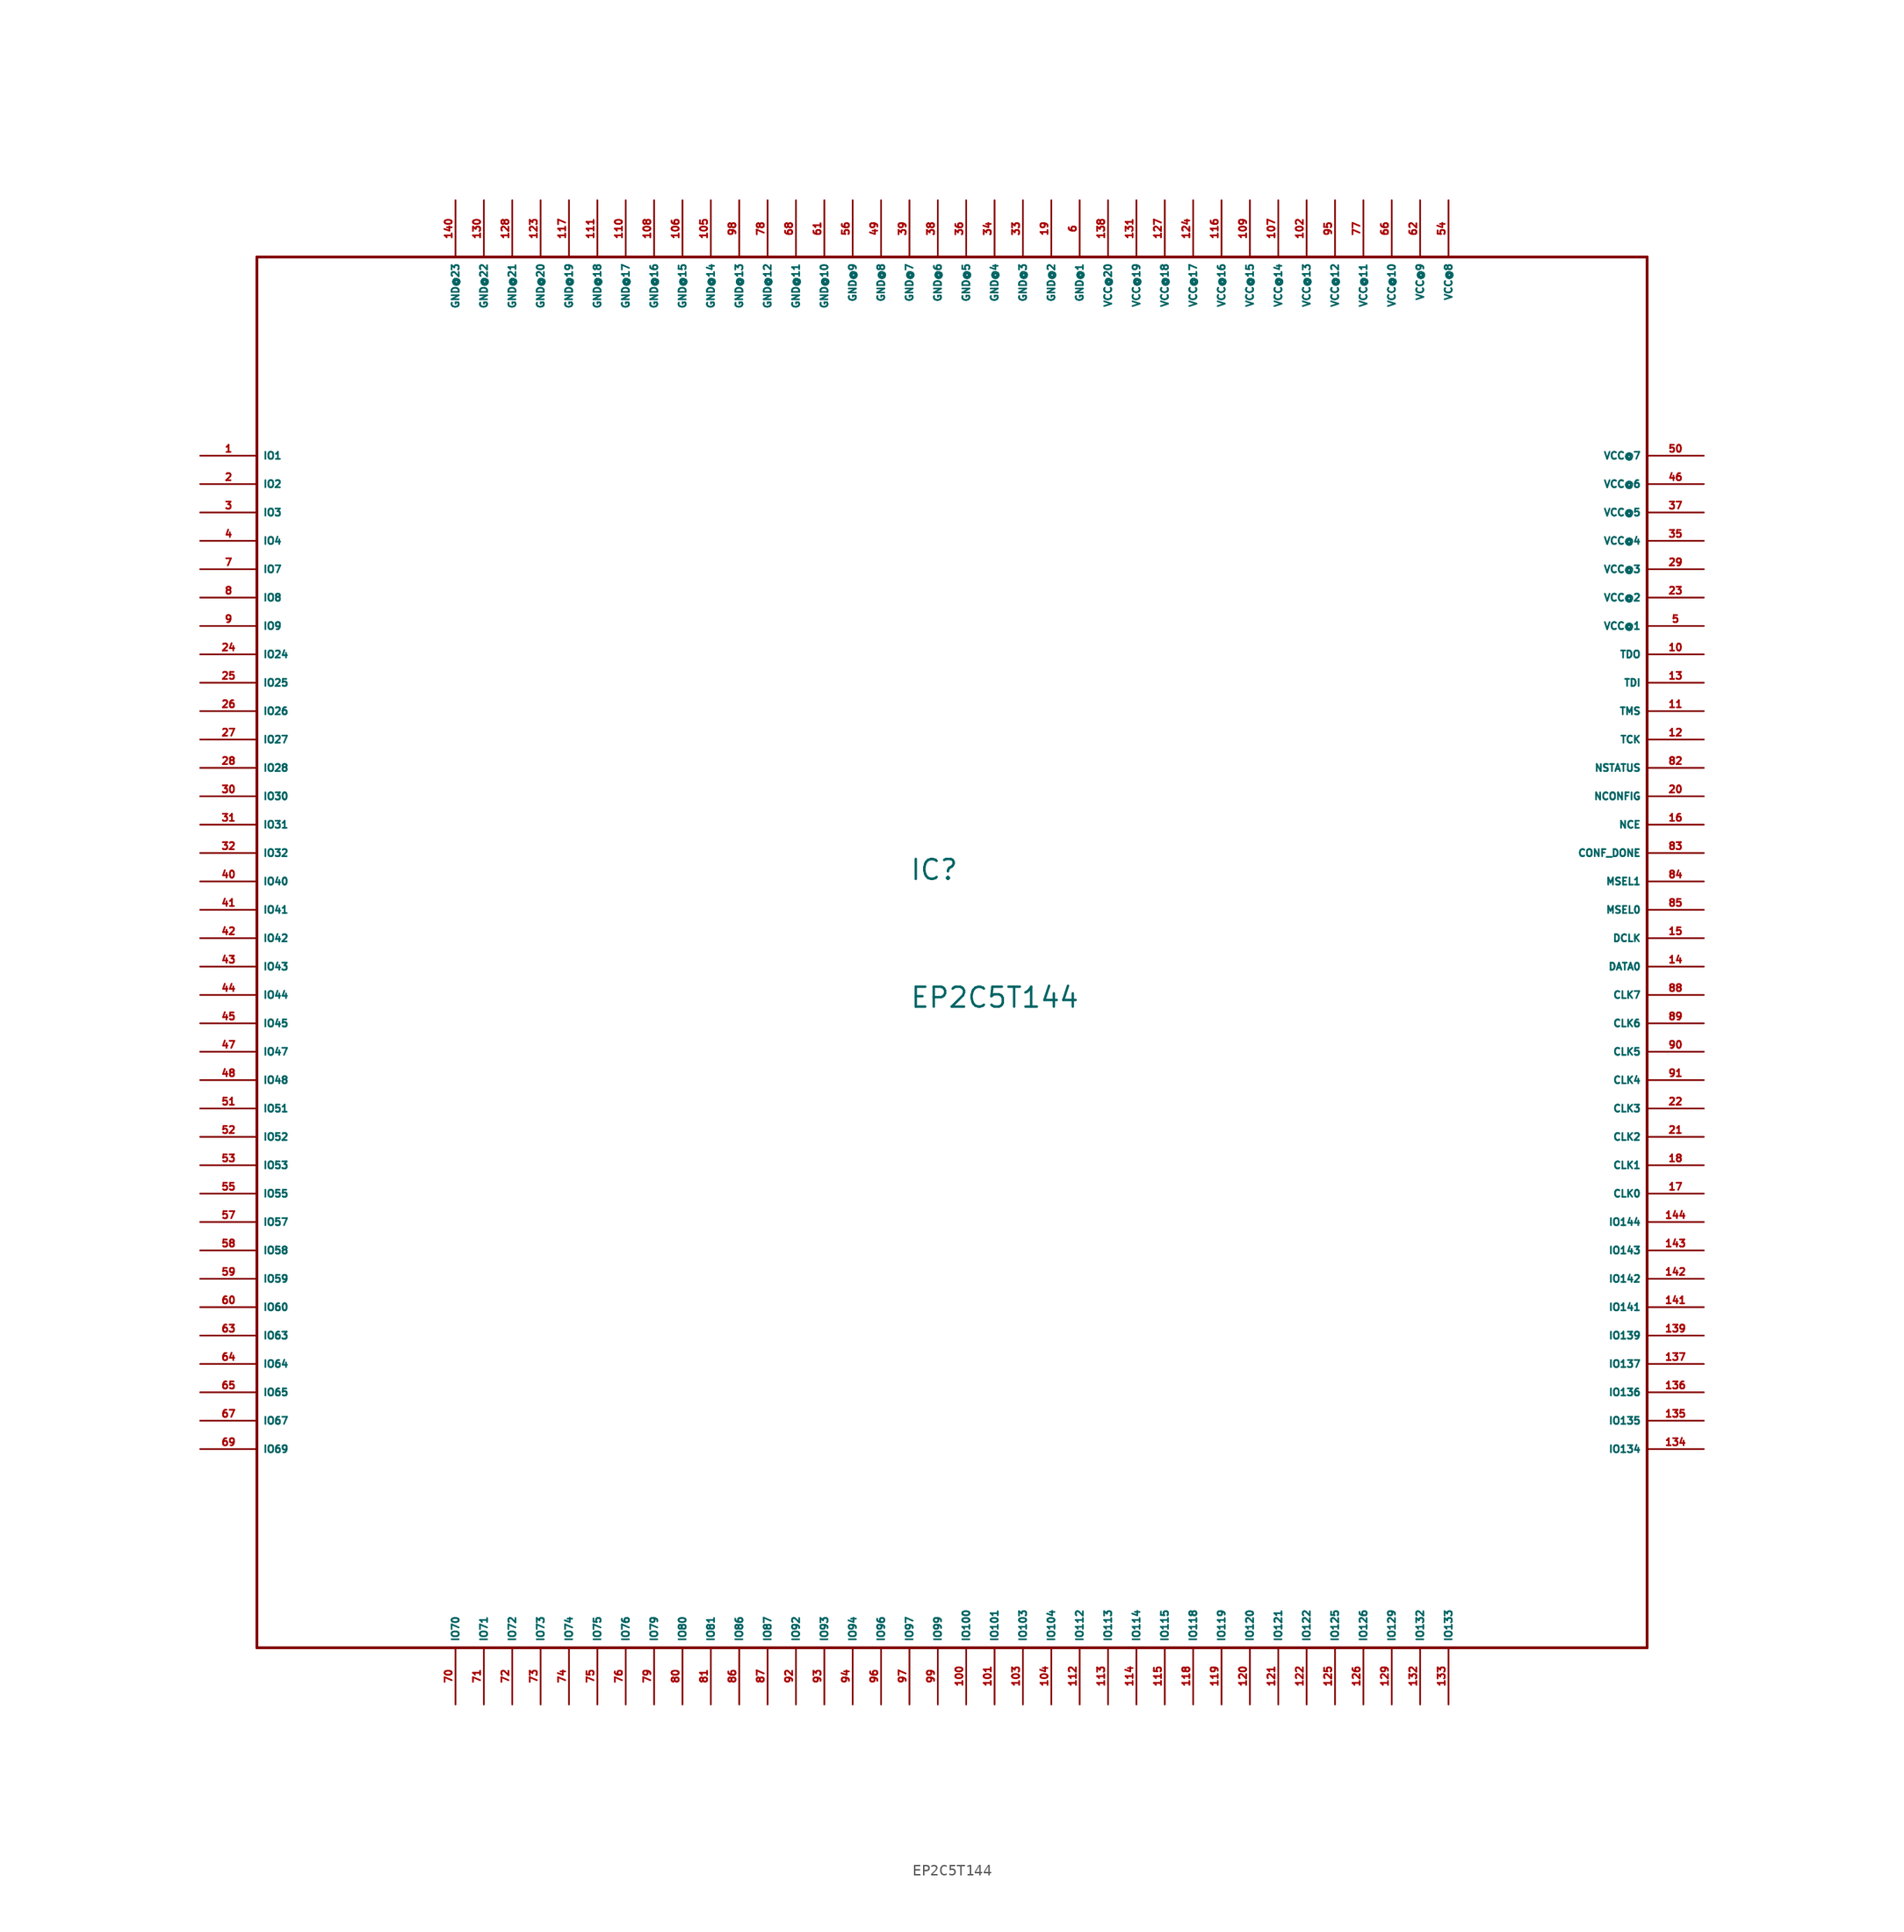
<source format=kicad_sym>
(kicad_symbol_lib
  (version 20220914)
  (generator Eagle2Kicad)
  (symbol "EP2C5T144"
    (property "Reference" "IC"
      (at -5.08 5.08 0)
      (effects (font (size 1.778 1.778) (thickness 0.22)) (justify left bottom)))
    (property "Value" "EP2C5T144"
      (at -5.08 -6.35 0)
      (effects (font (size 1.778 1.778) (thickness 0.22)) (justify left bottom)))
    (polyline
      (pts (xy -63.5 -63.5) (xy 60.96 -63.5))
      (stroke (width 0.254) (type default))
      (fill (type none)))
    (polyline
      (pts (xy 60.96 -63.5) (xy 60.96 60.96))
      (stroke (width 0.254) (type default))
      (fill (type none)))
    (polyline
      (pts (xy 60.96 60.96) (xy -63.5 60.96))
      (stroke (width 0.254) (type default))
      (fill (type none)))
    (polyline
      (pts (xy -63.5 60.96) (xy -63.5 -63.5))
      (stroke (width 0.254) (type default))
      (fill (type none)))
    (pin output line
      (at -68.58 43.18 0)
      (length 5.08)
      (name "IO1" (effects (font (size 0.635 0.635) (thickness 0.08)) (justify left bottom)))
      (number "1" (effects (font (size 0.635 0.635) (thickness 0.08)) (justify left bottom))))
    (pin output line
      (at -68.58 40.64 0)
      (length 5.08)
      (name "IO2" (effects (font (size 0.635 0.635) (thickness 0.08)) (justify left bottom)))
      (number "2" (effects (font (size 0.635 0.635) (thickness 0.08)) (justify left bottom))))
    (pin bidirectional line
      (at -68.58 38.1 0)
      (length 5.08)
      (name "IO3" (effects (font (size 0.635 0.635) (thickness 0.08)) (justify left bottom)))
      (number "3" (effects (font (size 0.635 0.635) (thickness 0.08)) (justify left bottom))))
    (pin bidirectional line
      (at -68.58 35.56 0)
      (length 5.08)
      (name "IO4" (effects (font (size 0.635 0.635) (thickness 0.08)) (justify left bottom)))
      (number "4" (effects (font (size 0.635 0.635) (thickness 0.08)) (justify left bottom))))
    (pin bidirectional line
      (at -68.58 33.02 0)
      (length 5.08)
      (name "IO7" (effects (font (size 0.635 0.635) (thickness 0.08)) (justify left bottom)))
      (number "7" (effects (font (size 0.635 0.635) (thickness 0.08)) (justify left bottom))))
    (pin bidirectional line
      (at -68.58 30.48 0)
      (length 5.08)
      (name "IO8" (effects (font (size 0.635 0.635) (thickness 0.08)) (justify left bottom)))
      (number "8" (effects (font (size 0.635 0.635) (thickness 0.08)) (justify left bottom))))
    (pin bidirectional line
      (at -68.58 27.94 0)
      (length 5.08)
      (name "IO9" (effects (font (size 0.635 0.635) (thickness 0.08)) (justify left bottom)))
      (number "9" (effects (font (size 0.635 0.635) (thickness 0.08)) (justify left bottom))))
    (pin bidirectional line
      (at -68.58 25.4 0)
      (length 5.08)
      (name "IO24" (effects (font (size 0.635 0.635) (thickness 0.08)) (justify left bottom)))
      (number "24" (effects (font (size 0.635 0.635) (thickness 0.08)) (justify left bottom))))
    (pin bidirectional line
      (at -68.58 22.86 0)
      (length 5.08)
      (name "IO25" (effects (font (size 0.635 0.635) (thickness 0.08)) (justify left bottom)))
      (number "25" (effects (font (size 0.635 0.635) (thickness 0.08)) (justify left bottom))))
    (pin bidirectional line
      (at -68.58 20.32 0)
      (length 5.08)
      (name "IO26" (effects (font (size 0.635 0.635) (thickness 0.08)) (justify left bottom)))
      (number "26" (effects (font (size 0.635 0.635) (thickness 0.08)) (justify left bottom))))
    (pin bidirectional line
      (at -68.58 17.78 0)
      (length 5.08)
      (name "IO27" (effects (font (size 0.635 0.635) (thickness 0.08)) (justify left bottom)))
      (number "27" (effects (font (size 0.635 0.635) (thickness 0.08)) (justify left bottom))))
    (pin bidirectional line
      (at -68.58 15.24 0)
      (length 5.08)
      (name "IO28" (effects (font (size 0.635 0.635) (thickness 0.08)) (justify left bottom)))
      (number "28" (effects (font (size 0.635 0.635) (thickness 0.08)) (justify left bottom))))
    (pin bidirectional line
      (at -68.58 12.7 0)
      (length 5.08)
      (name "IO30" (effects (font (size 0.635 0.635) (thickness 0.08)) (justify left bottom)))
      (number "30" (effects (font (size 0.635 0.635) (thickness 0.08)) (justify left bottom))))
    (pin bidirectional line
      (at -68.58 10.16 0)
      (length 5.08)
      (name "IO31" (effects (font (size 0.635 0.635) (thickness 0.08)) (justify left bottom)))
      (number "31" (effects (font (size 0.635 0.635) (thickness 0.08)) (justify left bottom))))
    (pin bidirectional line
      (at -68.58 7.62 0)
      (length 5.08)
      (name "IO32" (effects (font (size 0.635 0.635) (thickness 0.08)) (justify left bottom)))
      (number "32" (effects (font (size 0.635 0.635) (thickness 0.08)) (justify left bottom))))
    (pin bidirectional line
      (at -68.58 5.08 0)
      (length 5.08)
      (name "IO40" (effects (font (size 0.635 0.635) (thickness 0.08)) (justify left bottom)))
      (number "40" (effects (font (size 0.635 0.635) (thickness 0.08)) (justify left bottom))))
    (pin bidirectional line
      (at -68.58 2.54 0)
      (length 5.08)
      (name "IO41" (effects (font (size 0.635 0.635) (thickness 0.08)) (justify left bottom)))
      (number "41" (effects (font (size 0.635 0.635) (thickness 0.08)) (justify left bottom))))
    (pin bidirectional line
      (at -68.58 0 0)
      (length 5.08)
      (name "IO42" (effects (font (size 0.635 0.635) (thickness 0.08)) (justify left bottom)))
      (number "42" (effects (font (size 0.635 0.635) (thickness 0.08)) (justify left bottom))))
    (pin bidirectional line
      (at -68.58 -2.54 0)
      (length 5.08)
      (name "IO43" (effects (font (size 0.635 0.635) (thickness 0.08)) (justify left bottom)))
      (number "43" (effects (font (size 0.635 0.635) (thickness 0.08)) (justify left bottom))))
    (pin bidirectional line
      (at -68.58 -5.08 0)
      (length 5.08)
      (name "IO44" (effects (font (size 0.635 0.635) (thickness 0.08)) (justify left bottom)))
      (number "44" (effects (font (size 0.635 0.635) (thickness 0.08)) (justify left bottom))))
    (pin bidirectional line
      (at -68.58 -7.62 0)
      (length 5.08)
      (name "IO45" (effects (font (size 0.635 0.635) (thickness 0.08)) (justify left bottom)))
      (number "45" (effects (font (size 0.635 0.635) (thickness 0.08)) (justify left bottom))))
    (pin bidirectional line
      (at -68.58 -10.16 0)
      (length 5.08)
      (name "IO47" (effects (font (size 0.635 0.635) (thickness 0.08)) (justify left bottom)))
      (number "47" (effects (font (size 0.635 0.635) (thickness 0.08)) (justify left bottom))))
    (pin bidirectional line
      (at -68.58 -12.7 0)
      (length 5.08)
      (name "IO48" (effects (font (size 0.635 0.635) (thickness 0.08)) (justify left bottom)))
      (number "48" (effects (font (size 0.635 0.635) (thickness 0.08)) (justify left bottom))))
    (pin bidirectional line
      (at -68.58 -15.24 0)
      (length 5.08)
      (name "IO51" (effects (font (size 0.635 0.635) (thickness 0.08)) (justify left bottom)))
      (number "51" (effects (font (size 0.635 0.635) (thickness 0.08)) (justify left bottom))))
    (pin bidirectional line
      (at -68.58 -17.78 0)
      (length 5.08)
      (name "IO52" (effects (font (size 0.635 0.635) (thickness 0.08)) (justify left bottom)))
      (number "52" (effects (font (size 0.635 0.635) (thickness 0.08)) (justify left bottom))))
    (pin bidirectional line
      (at -68.58 -20.32 0)
      (length 5.08)
      (name "IO53" (effects (font (size 0.635 0.635) (thickness 0.08)) (justify left bottom)))
      (number "53" (effects (font (size 0.635 0.635) (thickness 0.08)) (justify left bottom))))
    (pin bidirectional line
      (at -68.58 -22.86 0)
      (length 5.08)
      (name "IO55" (effects (font (size 0.635 0.635) (thickness 0.08)) (justify left bottom)))
      (number "55" (effects (font (size 0.635 0.635) (thickness 0.08)) (justify left bottom))))
    (pin bidirectional line
      (at -68.58 -25.4 0)
      (length 5.08)
      (name "IO57" (effects (font (size 0.635 0.635) (thickness 0.08)) (justify left bottom)))
      (number "57" (effects (font (size 0.635 0.635) (thickness 0.08)) (justify left bottom))))
    (pin bidirectional line
      (at -68.58 -27.94 0)
      (length 5.08)
      (name "IO58" (effects (font (size 0.635 0.635) (thickness 0.08)) (justify left bottom)))
      (number "58" (effects (font (size 0.635 0.635) (thickness 0.08)) (justify left bottom))))
    (pin bidirectional line
      (at -68.58 -30.48 0)
      (length 5.08)
      (name "IO59" (effects (font (size 0.635 0.635) (thickness 0.08)) (justify left bottom)))
      (number "59" (effects (font (size 0.635 0.635) (thickness 0.08)) (justify left bottom))))
    (pin bidirectional line
      (at -68.58 -33.02 0)
      (length 5.08)
      (name "IO60" (effects (font (size 0.635 0.635) (thickness 0.08)) (justify left bottom)))
      (number "60" (effects (font (size 0.635 0.635) (thickness 0.08)) (justify left bottom))))
    (pin bidirectional line
      (at -68.58 -35.56 0)
      (length 5.08)
      (name "IO63" (effects (font (size 0.635 0.635) (thickness 0.08)) (justify left bottom)))
      (number "63" (effects (font (size 0.635 0.635) (thickness 0.08)) (justify left bottom))))
    (pin bidirectional line
      (at -68.58 -38.1 0)
      (length 5.08)
      (name "IO64" (effects (font (size 0.635 0.635) (thickness 0.08)) (justify left bottom)))
      (number "64" (effects (font (size 0.635 0.635) (thickness 0.08)) (justify left bottom))))
    (pin bidirectional line
      (at -68.58 -40.64 0)
      (length 5.08)
      (name "IO65" (effects (font (size 0.635 0.635) (thickness 0.08)) (justify left bottom)))
      (number "65" (effects (font (size 0.635 0.635) (thickness 0.08)) (justify left bottom))))
    (pin bidirectional line
      (at -68.58 -43.18 0)
      (length 5.08)
      (name "IO67" (effects (font (size 0.635 0.635) (thickness 0.08)) (justify left bottom)))
      (number "67" (effects (font (size 0.635 0.635) (thickness 0.08)) (justify left bottom))))
    (pin bidirectional line
      (at -68.58 -45.72 0)
      (length 5.08)
      (name "IO69" (effects (font (size 0.635 0.635) (thickness 0.08)) (justify left bottom)))
      (number "69" (effects (font (size 0.635 0.635) (thickness 0.08)) (justify left bottom))))
    (pin bidirectional line
      (at -45.72 -68.58 90)
      (length 5.08)
      (name "IO70" (effects (font (size 0.635 0.635) (thickness 0.08)) (justify left bottom)))
      (number "70" (effects (font (size 0.635 0.635) (thickness 0.08)) (justify left bottom))))
    (pin bidirectional line
      (at -43.18 -68.58 90)
      (length 5.08)
      (name "IO71" (effects (font (size 0.635 0.635) (thickness 0.08)) (justify left bottom)))
      (number "71" (effects (font (size 0.635 0.635) (thickness 0.08)) (justify left bottom))))
    (pin bidirectional line
      (at -40.64 -68.58 90)
      (length 5.08)
      (name "IO72" (effects (font (size 0.635 0.635) (thickness 0.08)) (justify left bottom)))
      (number "72" (effects (font (size 0.635 0.635) (thickness 0.08)) (justify left bottom))))
    (pin bidirectional line
      (at -38.1 -68.58 90)
      (length 5.08)
      (name "IO73" (effects (font (size 0.635 0.635) (thickness 0.08)) (justify left bottom)))
      (number "73" (effects (font (size 0.635 0.635) (thickness 0.08)) (justify left bottom))))
    (pin bidirectional line
      (at -35.56 -68.58 90)
      (length 5.08)
      (name "IO74" (effects (font (size 0.635 0.635) (thickness 0.08)) (justify left bottom)))
      (number "74" (effects (font (size 0.635 0.635) (thickness 0.08)) (justify left bottom))))
    (pin bidirectional line
      (at -33.02 -68.58 90)
      (length 5.08)
      (name "IO75" (effects (font (size 0.635 0.635) (thickness 0.08)) (justify left bottom)))
      (number "75" (effects (font (size 0.635 0.635) (thickness 0.08)) (justify left bottom))))
    (pin bidirectional line
      (at -30.48 -68.58 90)
      (length 5.08)
      (name "IO76" (effects (font (size 0.635 0.635) (thickness 0.08)) (justify left bottom)))
      (number "76" (effects (font (size 0.635 0.635) (thickness 0.08)) (justify left bottom))))
    (pin bidirectional line
      (at -27.94 -68.58 90)
      (length 5.08)
      (name "IO79" (effects (font (size 0.635 0.635) (thickness 0.08)) (justify left bottom)))
      (number "79" (effects (font (size 0.635 0.635) (thickness 0.08)) (justify left bottom))))
    (pin bidirectional line
      (at -25.4 -68.58 90)
      (length 5.08)
      (name "IO80" (effects (font (size 0.635 0.635) (thickness 0.08)) (justify left bottom)))
      (number "80" (effects (font (size 0.635 0.635) (thickness 0.08)) (justify left bottom))))
    (pin bidirectional line
      (at -22.86 -68.58 90)
      (length 5.08)
      (name "IO81" (effects (font (size 0.635 0.635) (thickness 0.08)) (justify left bottom)))
      (number "81" (effects (font (size 0.635 0.635) (thickness 0.08)) (justify left bottom))))
    (pin bidirectional line
      (at -20.32 -68.58 90)
      (length 5.08)
      (name "IO86" (effects (font (size 0.635 0.635) (thickness 0.08)) (justify left bottom)))
      (number "86" (effects (font (size 0.635 0.635) (thickness 0.08)) (justify left bottom))))
    (pin bidirectional line
      (at -17.78 -68.58 90)
      (length 5.08)
      (name "IO87" (effects (font (size 0.635 0.635) (thickness 0.08)) (justify left bottom)))
      (number "87" (effects (font (size 0.635 0.635) (thickness 0.08)) (justify left bottom))))
    (pin bidirectional line
      (at -15.24 -68.58 90)
      (length 5.08)
      (name "IO92" (effects (font (size 0.635 0.635) (thickness 0.08)) (justify left bottom)))
      (number "92" (effects (font (size 0.635 0.635) (thickness 0.08)) (justify left bottom))))
    (pin bidirectional line
      (at -12.7 -68.58 90)
      (length 5.08)
      (name "IO93" (effects (font (size 0.635 0.635) (thickness 0.08)) (justify left bottom)))
      (number "93" (effects (font (size 0.635 0.635) (thickness 0.08)) (justify left bottom))))
    (pin bidirectional line
      (at -10.16 -68.58 90)
      (length 5.08)
      (name "IO94" (effects (font (size 0.635 0.635) (thickness 0.08)) (justify left bottom)))
      (number "94" (effects (font (size 0.635 0.635) (thickness 0.08)) (justify left bottom))))
    (pin bidirectional line
      (at -7.62 -68.58 90)
      (length 5.08)
      (name "IO96" (effects (font (size 0.635 0.635) (thickness 0.08)) (justify left bottom)))
      (number "96" (effects (font (size 0.635 0.635) (thickness 0.08)) (justify left bottom))))
    (pin bidirectional line
      (at -5.08 -68.58 90)
      (length 5.08)
      (name "IO97" (effects (font (size 0.635 0.635) (thickness 0.08)) (justify left bottom)))
      (number "97" (effects (font (size 0.635 0.635) (thickness 0.08)) (justify left bottom))))
    (pin bidirectional line
      (at -2.54 -68.58 90)
      (length 5.08)
      (name "IO99" (effects (font (size 0.635 0.635) (thickness 0.08)) (justify left bottom)))
      (number "99" (effects (font (size 0.635 0.635) (thickness 0.08)) (justify left bottom))))
    (pin bidirectional line
      (at 0 -68.58 90)
      (length 5.08)
      (name "IO100" (effects (font (size 0.635 0.635) (thickness 0.08)) (justify left bottom)))
      (number "100" (effects (font (size 0.635 0.635) (thickness 0.08)) (justify left bottom))))
    (pin bidirectional line
      (at 2.54 -68.58 90)
      (length 5.08)
      (name "IO101" (effects (font (size 0.635 0.635) (thickness 0.08)) (justify left bottom)))
      (number "101" (effects (font (size 0.635 0.635) (thickness 0.08)) (justify left bottom))))
    (pin bidirectional line
      (at 5.08 -68.58 90)
      (length 5.08)
      (name "IO103" (effects (font (size 0.635 0.635) (thickness 0.08)) (justify left bottom)))
      (number "103" (effects (font (size 0.635 0.635) (thickness 0.08)) (justify left bottom))))
    (pin bidirectional line
      (at 7.62 -68.58 90)
      (length 5.08)
      (name "IO104" (effects (font (size 0.635 0.635) (thickness 0.08)) (justify left bottom)))
      (number "104" (effects (font (size 0.635 0.635) (thickness 0.08)) (justify left bottom))))
    (pin bidirectional line
      (at 10.16 -68.58 90)
      (length 5.08)
      (name "IO112" (effects (font (size 0.635 0.635) (thickness 0.08)) (justify left bottom)))
      (number "112" (effects (font (size 0.635 0.635) (thickness 0.08)) (justify left bottom))))
    (pin bidirectional line
      (at 12.7 -68.58 90)
      (length 5.08)
      (name "IO113" (effects (font (size 0.635 0.635) (thickness 0.08)) (justify left bottom)))
      (number "113" (effects (font (size 0.635 0.635) (thickness 0.08)) (justify left bottom))))
    (pin bidirectional line
      (at 15.24 -68.58 90)
      (length 5.08)
      (name "IO114" (effects (font (size 0.635 0.635) (thickness 0.08)) (justify left bottom)))
      (number "114" (effects (font (size 0.635 0.635) (thickness 0.08)) (justify left bottom))))
    (pin bidirectional line
      (at 17.78 -68.58 90)
      (length 5.08)
      (name "IO115" (effects (font (size 0.635 0.635) (thickness 0.08)) (justify left bottom)))
      (number "115" (effects (font (size 0.635 0.635) (thickness 0.08)) (justify left bottom))))
    (pin bidirectional line
      (at 20.32 -68.58 90)
      (length 5.08)
      (name "IO118" (effects (font (size 0.635 0.635) (thickness 0.08)) (justify left bottom)))
      (number "118" (effects (font (size 0.635 0.635) (thickness 0.08)) (justify left bottom))))
    (pin bidirectional line
      (at 22.86 -68.58 90)
      (length 5.08)
      (name "IO119" (effects (font (size 0.635 0.635) (thickness 0.08)) (justify left bottom)))
      (number "119" (effects (font (size 0.635 0.635) (thickness 0.08)) (justify left bottom))))
    (pin bidirectional line
      (at 25.4 -68.58 90)
      (length 5.08)
      (name "IO120" (effects (font (size 0.635 0.635) (thickness 0.08)) (justify left bottom)))
      (number "120" (effects (font (size 0.635 0.635) (thickness 0.08)) (justify left bottom))))
    (pin bidirectional line
      (at 27.94 -68.58 90)
      (length 5.08)
      (name "IO121" (effects (font (size 0.635 0.635) (thickness 0.08)) (justify left bottom)))
      (number "121" (effects (font (size 0.635 0.635) (thickness 0.08)) (justify left bottom))))
    (pin bidirectional line
      (at 30.48 -68.58 90)
      (length 5.08)
      (name "IO122" (effects (font (size 0.635 0.635) (thickness 0.08)) (justify left bottom)))
      (number "122" (effects (font (size 0.635 0.635) (thickness 0.08)) (justify left bottom))))
    (pin bidirectional line
      (at 33.02 -68.58 90)
      (length 5.08)
      (name "IO125" (effects (font (size 0.635 0.635) (thickness 0.08)) (justify left bottom)))
      (number "125" (effects (font (size 0.635 0.635) (thickness 0.08)) (justify left bottom))))
    (pin bidirectional line
      (at 35.56 -68.58 90)
      (length 5.08)
      (name "IO126" (effects (font (size 0.635 0.635) (thickness 0.08)) (justify left bottom)))
      (number "126" (effects (font (size 0.635 0.635) (thickness 0.08)) (justify left bottom))))
    (pin bidirectional line
      (at 38.1 -68.58 90)
      (length 5.08)
      (name "IO129" (effects (font (size 0.635 0.635) (thickness 0.08)) (justify left bottom)))
      (number "129" (effects (font (size 0.635 0.635) (thickness 0.08)) (justify left bottom))))
    (pin bidirectional line
      (at 40.64 -68.58 90)
      (length 5.08)
      (name "IO132" (effects (font (size 0.635 0.635) (thickness 0.08)) (justify left bottom)))
      (number "132" (effects (font (size 0.635 0.635) (thickness 0.08)) (justify left bottom))))
    (pin bidirectional line
      (at 43.18 -68.58 90)
      (length 5.08)
      (name "IO133" (effects (font (size 0.635 0.635) (thickness 0.08)) (justify left bottom)))
      (number "133" (effects (font (size 0.635 0.635) (thickness 0.08)) (justify left bottom))))
    (pin bidirectional line
      (at 66.04 -45.72 180)
      (length 5.08)
      (name "IO134" (effects (font (size 0.635 0.635) (thickness 0.08)) (justify left bottom)))
      (number "134" (effects (font (size 0.635 0.635) (thickness 0.08)) (justify left bottom))))
    (pin bidirectional line
      (at 66.04 -43.18 180)
      (length 5.08)
      (name "IO135" (effects (font (size 0.635 0.635) (thickness 0.08)) (justify left bottom)))
      (number "135" (effects (font (size 0.635 0.635) (thickness 0.08)) (justify left bottom))))
    (pin bidirectional line
      (at 66.04 -40.64 180)
      (length 5.08)
      (name "IO136" (effects (font (size 0.635 0.635) (thickness 0.08)) (justify left bottom)))
      (number "136" (effects (font (size 0.635 0.635) (thickness 0.08)) (justify left bottom))))
    (pin bidirectional line
      (at 66.04 -38.1 180)
      (length 5.08)
      (name "IO137" (effects (font (size 0.635 0.635) (thickness 0.08)) (justify left bottom)))
      (number "137" (effects (font (size 0.635 0.635) (thickness 0.08)) (justify left bottom))))
    (pin bidirectional line
      (at 66.04 -35.56 180)
      (length 5.08)
      (name "IO139" (effects (font (size 0.635 0.635) (thickness 0.08)) (justify left bottom)))
      (number "139" (effects (font (size 0.635 0.635) (thickness 0.08)) (justify left bottom))))
    (pin bidirectional line
      (at 66.04 -33.02 180)
      (length 5.08)
      (name "IO141" (effects (font (size 0.635 0.635) (thickness 0.08)) (justify left bottom)))
      (number "141" (effects (font (size 0.635 0.635) (thickness 0.08)) (justify left bottom))))
    (pin bidirectional line
      (at 66.04 -30.48 180)
      (length 5.08)
      (name "IO142" (effects (font (size 0.635 0.635) (thickness 0.08)) (justify left bottom)))
      (number "142" (effects (font (size 0.635 0.635) (thickness 0.08)) (justify left bottom))))
    (pin bidirectional line
      (at 66.04 -27.94 180)
      (length 5.08)
      (name "IO143" (effects (font (size 0.635 0.635) (thickness 0.08)) (justify left bottom)))
      (number "143" (effects (font (size 0.635 0.635) (thickness 0.08)) (justify left bottom))))
    (pin bidirectional line
      (at 66.04 -25.4 180)
      (length 5.08)
      (name "IO144" (effects (font (size 0.635 0.635) (thickness 0.08)) (justify left bottom)))
      (number "144" (effects (font (size 0.635 0.635) (thickness 0.08)) (justify left bottom))))
    (pin bidirectional line
      (at 66.04 -22.86 180)
      (length 5.08)
      (name "CLK0" (effects (font (size 0.635 0.635) (thickness 0.08)) (justify left bottom)))
      (number "17" (effects (font (size 0.635 0.635) (thickness 0.08)) (justify left bottom))))
    (pin bidirectional line
      (at 66.04 -20.32 180)
      (length 5.08)
      (name "CLK1" (effects (font (size 0.635 0.635) (thickness 0.08)) (justify left bottom)))
      (number "18" (effects (font (size 0.635 0.635) (thickness 0.08)) (justify left bottom))))
    (pin bidirectional line
      (at 66.04 -17.78 180)
      (length 5.08)
      (name "CLK2" (effects (font (size 0.635 0.635) (thickness 0.08)) (justify left bottom)))
      (number "21" (effects (font (size 0.635 0.635) (thickness 0.08)) (justify left bottom))))
    (pin bidirectional line
      (at 66.04 -15.24 180)
      (length 5.08)
      (name "CLK3" (effects (font (size 0.635 0.635) (thickness 0.08)) (justify left bottom)))
      (number "22" (effects (font (size 0.635 0.635) (thickness 0.08)) (justify left bottom))))
    (pin bidirectional line
      (at 66.04 -12.7 180)
      (length 5.08)
      (name "CLK4" (effects (font (size 0.635 0.635) (thickness 0.08)) (justify left bottom)))
      (number "91" (effects (font (size 0.635 0.635) (thickness 0.08)) (justify left bottom))))
    (pin bidirectional line
      (at 66.04 -10.16 180)
      (length 5.08)
      (name "CLK5" (effects (font (size 0.635 0.635) (thickness 0.08)) (justify left bottom)))
      (number "90" (effects (font (size 0.635 0.635) (thickness 0.08)) (justify left bottom))))
    (pin bidirectional line
      (at 66.04 -7.62 180)
      (length 5.08)
      (name "CLK6" (effects (font (size 0.635 0.635) (thickness 0.08)) (justify left bottom)))
      (number "89" (effects (font (size 0.635 0.635) (thickness 0.08)) (justify left bottom))))
    (pin bidirectional line
      (at 66.04 -5.08 180)
      (length 5.08)
      (name "CLK7" (effects (font (size 0.635 0.635) (thickness 0.08)) (justify left bottom)))
      (number "88" (effects (font (size 0.635 0.635) (thickness 0.08)) (justify left bottom))))
    (pin bidirectional line
      (at 66.04 -2.54 180)
      (length 5.08)
      (name "DATA0" (effects (font (size 0.635 0.635) (thickness 0.08)) (justify left bottom)))
      (number "14" (effects (font (size 0.635 0.635) (thickness 0.08)) (justify left bottom))))
    (pin bidirectional line
      (at 66.04 0 180)
      (length 5.08)
      (name "DCLK" (effects (font (size 0.635 0.635) (thickness 0.08)) (justify left bottom)))
      (number "15" (effects (font (size 0.635 0.635) (thickness 0.08)) (justify left bottom))))
    (pin input line
      (at 66.04 2.54 180)
      (length 5.08)
      (name "MSEL0" (effects (font (size 0.635 0.635) (thickness 0.08)) (justify left bottom)))
      (number "85" (effects (font (size 0.635 0.635) (thickness 0.08)) (justify left bottom))))
    (pin input line
      (at 66.04 5.08 180)
      (length 5.08)
      (name "MSEL1" (effects (font (size 0.635 0.635) (thickness 0.08)) (justify left bottom)))
      (number "84" (effects (font (size 0.635 0.635) (thickness 0.08)) (justify left bottom))))
    (pin input line
      (at 66.04 7.62 180)
      (length 5.08)
      (name "CONF_DONE" (effects (font (size 0.635 0.635) (thickness 0.08)) (justify left bottom)))
      (number "83" (effects (font (size 0.635 0.635) (thickness 0.08)) (justify left bottom))))
    (pin input line
      (at 66.04 10.16 180)
      (length 5.08)
      (name "NCE" (effects (font (size 0.635 0.635) (thickness 0.08)) (justify left bottom)))
      (number "16" (effects (font (size 0.635 0.635) (thickness 0.08)) (justify left bottom))))
    (pin input line
      (at 66.04 12.7 180)
      (length 5.08)
      (name "NCONFIG" (effects (font (size 0.635 0.635) (thickness 0.08)) (justify left bottom)))
      (number "20" (effects (font (size 0.635 0.635) (thickness 0.08)) (justify left bottom))))
    (pin input line
      (at 66.04 15.24 180)
      (length 5.08)
      (name "NSTATUS" (effects (font (size 0.635 0.635) (thickness 0.08)) (justify left bottom)))
      (number "82" (effects (font (size 0.635 0.635) (thickness 0.08)) (justify left bottom))))
    (pin input line
      (at 66.04 17.78 180)
      (length 5.08)
      (name "TCK" (effects (font (size 0.635 0.635) (thickness 0.08)) (justify left bottom)))
      (number "12" (effects (font (size 0.635 0.635) (thickness 0.08)) (justify left bottom))))
    (pin input line
      (at 66.04 20.32 180)
      (length 5.08)
      (name "TMS" (effects (font (size 0.635 0.635) (thickness 0.08)) (justify left bottom)))
      (number "11" (effects (font (size 0.635 0.635) (thickness 0.08)) (justify left bottom))))
    (pin input line
      (at 66.04 22.86 180)
      (length 5.08)
      (name "TDI" (effects (font (size 0.635 0.635) (thickness 0.08)) (justify left bottom)))
      (number "13" (effects (font (size 0.635 0.635) (thickness 0.08)) (justify left bottom))))
    (pin output line
      (at 66.04 25.4 180)
      (length 5.08)
      (name "TDO" (effects (font (size 0.635 0.635) (thickness 0.08)) (justify left bottom)))
      (number "10" (effects (font (size 0.635 0.635) (thickness 0.08)) (justify left bottom))))
    (pin unspecified line
      (at 66.04 27.94 180)
      (length 5.08)
      (name "VCC@1" (effects (font (size 0.635 0.635) (thickness 0.08)) (justify left bottom)))
      (number "5" (effects (font (size 0.635 0.635) (thickness 0.08)) (justify left bottom))))
    (pin unspecified line
      (at 66.04 30.48 180)
      (length 5.08)
      (name "VCC@2" (effects (font (size 0.635 0.635) (thickness 0.08)) (justify left bottom)))
      (number "23" (effects (font (size 0.635 0.635) (thickness 0.08)) (justify left bottom))))
    (pin unspecified line
      (at 66.04 33.02 180)
      (length 5.08)
      (name "VCC@3" (effects (font (size 0.635 0.635) (thickness 0.08)) (justify left bottom)))
      (number "29" (effects (font (size 0.635 0.635) (thickness 0.08)) (justify left bottom))))
    (pin unspecified line
      (at 66.04 35.56 180)
      (length 5.08)
      (name "VCC@4" (effects (font (size 0.635 0.635) (thickness 0.08)) (justify left bottom)))
      (number "35" (effects (font (size 0.635 0.635) (thickness 0.08)) (justify left bottom))))
    (pin unspecified line
      (at 66.04 38.1 180)
      (length 5.08)
      (name "VCC@5" (effects (font (size 0.635 0.635) (thickness 0.08)) (justify left bottom)))
      (number "37" (effects (font (size 0.635 0.635) (thickness 0.08)) (justify left bottom))))
    (pin unspecified line
      (at 66.04 40.64 180)
      (length 5.08)
      (name "VCC@6" (effects (font (size 0.635 0.635) (thickness 0.08)) (justify left bottom)))
      (number "46" (effects (font (size 0.635 0.635) (thickness 0.08)) (justify left bottom))))
    (pin unspecified line
      (at 66.04 43.18 180)
      (length 5.08)
      (name "VCC@7" (effects (font (size 0.635 0.635) (thickness 0.08)) (justify left bottom)))
      (number "50" (effects (font (size 0.635 0.635) (thickness 0.08)) (justify left bottom))))
    (pin unspecified line
      (at 43.18 66.04 270)
      (length 5.08)
      (name "VCC@8" (effects (font (size 0.635 0.635) (thickness 0.08)) (justify left bottom)))
      (number "54" (effects (font (size 0.635 0.635) (thickness 0.08)) (justify left bottom))))
    (pin unspecified line
      (at 40.64 66.04 270)
      (length 5.08)
      (name "VCC@9" (effects (font (size 0.635 0.635) (thickness 0.08)) (justify left bottom)))
      (number "62" (effects (font (size 0.635 0.635) (thickness 0.08)) (justify left bottom))))
    (pin unspecified line
      (at 38.1 66.04 270)
      (length 5.08)
      (name "VCC@10" (effects (font (size 0.635 0.635) (thickness 0.08)) (justify left bottom)))
      (number "66" (effects (font (size 0.635 0.635) (thickness 0.08)) (justify left bottom))))
    (pin unspecified line
      (at 35.56 66.04 270)
      (length 5.08)
      (name "VCC@11" (effects (font (size 0.635 0.635) (thickness 0.08)) (justify left bottom)))
      (number "77" (effects (font (size 0.635 0.635) (thickness 0.08)) (justify left bottom))))
    (pin unspecified line
      (at 33.02 66.04 270)
      (length 5.08)
      (name "VCC@12" (effects (font (size 0.635 0.635) (thickness 0.08)) (justify left bottom)))
      (number "95" (effects (font (size 0.635 0.635) (thickness 0.08)) (justify left bottom))))
    (pin unspecified line
      (at 30.48 66.04 270)
      (length 5.08)
      (name "VCC@13" (effects (font (size 0.635 0.635) (thickness 0.08)) (justify left bottom)))
      (number "102" (effects (font (size 0.635 0.635) (thickness 0.08)) (justify left bottom))))
    (pin unspecified line
      (at 27.94 66.04 270)
      (length 5.08)
      (name "VCC@14" (effects (font (size 0.635 0.635) (thickness 0.08)) (justify left bottom)))
      (number "107" (effects (font (size 0.635 0.635) (thickness 0.08)) (justify left bottom))))
    (pin unspecified line
      (at 25.4 66.04 270)
      (length 5.08)
      (name "VCC@15" (effects (font (size 0.635 0.635) (thickness 0.08)) (justify left bottom)))
      (number "109" (effects (font (size 0.635 0.635) (thickness 0.08)) (justify left bottom))))
    (pin unspecified line
      (at 22.86 66.04 270)
      (length 5.08)
      (name "VCC@16" (effects (font (size 0.635 0.635) (thickness 0.08)) (justify left bottom)))
      (number "116" (effects (font (size 0.635 0.635) (thickness 0.08)) (justify left bottom))))
    (pin unspecified line
      (at 20.32 66.04 270)
      (length 5.08)
      (name "VCC@17" (effects (font (size 0.635 0.635) (thickness 0.08)) (justify left bottom)))
      (number "124" (effects (font (size 0.635 0.635) (thickness 0.08)) (justify left bottom))))
    (pin unspecified line
      (at 17.78 66.04 270)
      (length 5.08)
      (name "VCC@18" (effects (font (size 0.635 0.635) (thickness 0.08)) (justify left bottom)))
      (number "127" (effects (font (size 0.635 0.635) (thickness 0.08)) (justify left bottom))))
    (pin unspecified line
      (at 15.24 66.04 270)
      (length 5.08)
      (name "VCC@19" (effects (font (size 0.635 0.635) (thickness 0.08)) (justify left bottom)))
      (number "131" (effects (font (size 0.635 0.635) (thickness 0.08)) (justify left bottom))))
    (pin unspecified line
      (at 12.7 66.04 270)
      (length 5.08)
      (name "VCC@20" (effects (font (size 0.635 0.635) (thickness 0.08)) (justify left bottom)))
      (number "138" (effects (font (size 0.635 0.635) (thickness 0.08)) (justify left bottom))))
    (pin unspecified line
      (at 10.16 66.04 270)
      (length 5.08)
      (name "GND@1" (effects (font (size 0.635 0.635) (thickness 0.08)) (justify left bottom)))
      (number "6" (effects (font (size 0.635 0.635) (thickness 0.08)) (justify left bottom))))
    (pin unspecified line
      (at 7.62 66.04 270)
      (length 5.08)
      (name "GND@2" (effects (font (size 0.635 0.635) (thickness 0.08)) (justify left bottom)))
      (number "19" (effects (font (size 0.635 0.635) (thickness 0.08)) (justify left bottom))))
    (pin unspecified line
      (at 5.08 66.04 270)
      (length 5.08)
      (name "GND@3" (effects (font (size 0.635 0.635) (thickness 0.08)) (justify left bottom)))
      (number "33" (effects (font (size 0.635 0.635) (thickness 0.08)) (justify left bottom))))
    (pin unspecified line
      (at 2.54 66.04 270)
      (length 5.08)
      (name "GND@4" (effects (font (size 0.635 0.635) (thickness 0.08)) (justify left bottom)))
      (number "34" (effects (font (size 0.635 0.635) (thickness 0.08)) (justify left bottom))))
    (pin unspecified line
      (at 0 66.04 270)
      (length 5.08)
      (name "GND@5" (effects (font (size 0.635 0.635) (thickness 0.08)) (justify left bottom)))
      (number "36" (effects (font (size 0.635 0.635) (thickness 0.08)) (justify left bottom))))
    (pin unspecified line
      (at -2.54 66.04 270)
      (length 5.08)
      (name "GND@6" (effects (font (size 0.635 0.635) (thickness 0.08)) (justify left bottom)))
      (number "38" (effects (font (size 0.635 0.635) (thickness 0.08)) (justify left bottom))))
    (pin unspecified line
      (at -5.08 66.04 270)
      (length 5.08)
      (name "GND@7" (effects (font (size 0.635 0.635) (thickness 0.08)) (justify left bottom)))
      (number "39" (effects (font (size 0.635 0.635) (thickness 0.08)) (justify left bottom))))
    (pin unspecified line
      (at -7.62 66.04 270)
      (length 5.08)
      (name "GND@8" (effects (font (size 0.635 0.635) (thickness 0.08)) (justify left bottom)))
      (number "49" (effects (font (size 0.635 0.635) (thickness 0.08)) (justify left bottom))))
    (pin unspecified line
      (at -10.16 66.04 270)
      (length 5.08)
      (name "GND@9" (effects (font (size 0.635 0.635) (thickness 0.08)) (justify left bottom)))
      (number "56" (effects (font (size 0.635 0.635) (thickness 0.08)) (justify left bottom))))
    (pin unspecified line
      (at -12.7 66.04 270)
      (length 5.08)
      (name "GND@10" (effects (font (size 0.635 0.635) (thickness 0.08)) (justify left bottom)))
      (number "61" (effects (font (size 0.635 0.635) (thickness 0.08)) (justify left bottom))))
    (pin unspecified line
      (at -15.24 66.04 270)
      (length 5.08)
      (name "GND@11" (effects (font (size 0.635 0.635) (thickness 0.08)) (justify left bottom)))
      (number "68" (effects (font (size 0.635 0.635) (thickness 0.08)) (justify left bottom))))
    (pin unspecified line
      (at -17.78 66.04 270)
      (length 5.08)
      (name "GND@12" (effects (font (size 0.635 0.635) (thickness 0.08)) (justify left bottom)))
      (number "78" (effects (font (size 0.635 0.635) (thickness 0.08)) (justify left bottom))))
    (pin unspecified line
      (at -20.32 66.04 270)
      (length 5.08)
      (name "GND@13" (effects (font (size 0.635 0.635) (thickness 0.08)) (justify left bottom)))
      (number "98" (effects (font (size 0.635 0.635) (thickness 0.08)) (justify left bottom))))
    (pin unspecified line
      (at -22.86 66.04 270)
      (length 5.08)
      (name "GND@14" (effects (font (size 0.635 0.635) (thickness 0.08)) (justify left bottom)))
      (number "105" (effects (font (size 0.635 0.635) (thickness 0.08)) (justify left bottom))))
    (pin unspecified line
      (at -25.4 66.04 270)
      (length 5.08)
      (name "GND@15" (effects (font (size 0.635 0.635) (thickness 0.08)) (justify left bottom)))
      (number "106" (effects (font (size 0.635 0.635) (thickness 0.08)) (justify left bottom))))
    (pin unspecified line
      (at -27.94 66.04 270)
      (length 5.08)
      (name "GND@16" (effects (font (size 0.635 0.635) (thickness 0.08)) (justify left bottom)))
      (number "108" (effects (font (size 0.635 0.635) (thickness 0.08)) (justify left bottom))))
    (pin unspecified line
      (at -30.48 66.04 270)
      (length 5.08)
      (name "GND@17" (effects (font (size 0.635 0.635) (thickness 0.08)) (justify left bottom)))
      (number "110" (effects (font (size 0.635 0.635) (thickness 0.08)) (justify left bottom))))
    (pin unspecified line
      (at -33.02 66.04 270)
      (length 5.08)
      (name "GND@18" (effects (font (size 0.635 0.635) (thickness 0.08)) (justify left bottom)))
      (number "111" (effects (font (size 0.635 0.635) (thickness 0.08)) (justify left bottom))))
    (pin unspecified line
      (at -35.56 66.04 270)
      (length 5.08)
      (name "GND@19" (effects (font (size 0.635 0.635) (thickness 0.08)) (justify left bottom)))
      (number "117" (effects (font (size 0.635 0.635) (thickness 0.08)) (justify left bottom))))
    (pin unspecified line
      (at -38.1 66.04 270)
      (length 5.08)
      (name "GND@20" (effects (font (size 0.635 0.635) (thickness 0.08)) (justify left bottom)))
      (number "123" (effects (font (size 0.635 0.635) (thickness 0.08)) (justify left bottom))))
    (pin unspecified line
      (at -40.64 66.04 270)
      (length 5.08)
      (name "GND@21" (effects (font (size 0.635 0.635) (thickness 0.08)) (justify left bottom)))
      (number "128" (effects (font (size 0.635 0.635) (thickness 0.08)) (justify left bottom))))
    (pin unspecified line
      (at -43.18 66.04 270)
      (length 5.08)
      (name "GND@22" (effects (font (size 0.635 0.635) (thickness 0.08)) (justify left bottom)))
      (number "130" (effects (font (size 0.635 0.635) (thickness 0.08)) (justify left bottom))))
    (pin unspecified line
      (at -45.72 66.04 270)
      (length 5.08)
      (name "GND@23" (effects (font (size 0.635 0.635) (thickness 0.08)) (justify left bottom)))
      (number "140" (effects (font (size 0.635 0.635) (thickness 0.08)) (justify left bottom))))))
</source>
